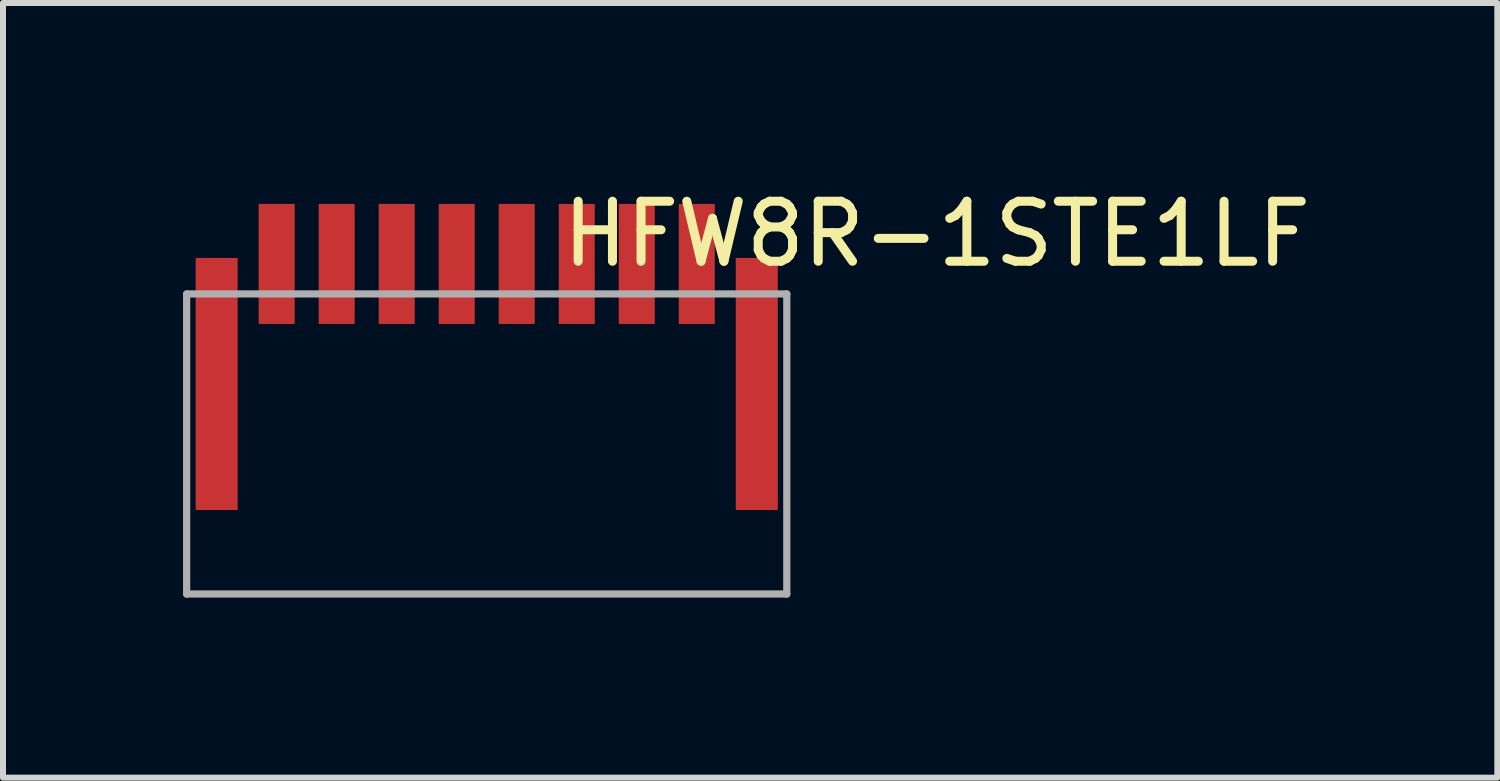
<source format=kicad_pcb>
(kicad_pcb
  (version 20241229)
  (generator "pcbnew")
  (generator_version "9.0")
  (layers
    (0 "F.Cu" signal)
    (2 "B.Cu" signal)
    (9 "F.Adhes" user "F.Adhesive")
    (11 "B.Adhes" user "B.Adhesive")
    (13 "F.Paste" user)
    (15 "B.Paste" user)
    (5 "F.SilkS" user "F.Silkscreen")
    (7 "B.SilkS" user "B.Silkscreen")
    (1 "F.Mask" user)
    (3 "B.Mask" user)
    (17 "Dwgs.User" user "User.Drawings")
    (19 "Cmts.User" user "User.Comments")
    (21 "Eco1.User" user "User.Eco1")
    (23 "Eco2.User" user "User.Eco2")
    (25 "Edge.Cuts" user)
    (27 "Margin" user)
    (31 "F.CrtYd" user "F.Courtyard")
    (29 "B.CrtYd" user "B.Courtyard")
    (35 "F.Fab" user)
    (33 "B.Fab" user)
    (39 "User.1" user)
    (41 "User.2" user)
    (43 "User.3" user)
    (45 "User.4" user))
  (footprint "HFW8R-1STE1LF"
    (layer "F.Cu")
    (at 8.56 1.348)
    (property "Reference" "HFW8R-1STE1LF" (at 4 -0.5 0) (layer "F.SilkS") (effects (font (size 1 1) (thickness 0.15))))
    (attr through_hole)
    (fp_line (start -8.5 0.5) (end -8.5 5.5) (stroke (width 0.12) (type solid)) (layer "F.Fab"))
    (fp_line (start -8.5 5.5) (end 1.5 5.5) (stroke (width 0.12) (type solid)) (layer "F.Fab"))
    (fp_line (start 1.5 0.5) (end -8.5 0.5) (stroke (width 0.12) (type solid)) (layer "F.Fab"))
    (fp_line (start 1.5 5.5) (end 1.5 0.5) (stroke (width 0.12) (type solid)) (layer "F.Fab"))
    (pad "1" smd rect (at 0 0) (size 0.6 2) (layers "F.Cu" "F.Mask" "F.Paste"))
    (pad "2" smd rect (at -1 0) (size 0.6 2) (layers "F.Cu" "F.Mask" "F.Paste"))
    (pad "3" smd rect (at -2 0) (size 0.6 2) (layers "F.Cu" "F.Mask" "F.Paste"))
    (pad "4" smd rect (at -3 0) (size 0.6 2) (layers "F.Cu" "F.Mask" "F.Paste"))
    (pad "5" smd rect (at -4 0) (size 0.6 2) (layers "F.Cu" "F.Mask" "F.Paste"))
    (pad "6" smd rect (at -5 0) (size 0.6 2) (layers "F.Cu" "F.Mask" "F.Paste"))
    (pad "7" smd rect (at -6 0) (size 0.6 2) (layers "F.Cu" "F.Mask" "F.Paste"))
    (pad "8" smd rect (at -7 0) (size 0.6 2) (layers "F.Cu" "F.Mask" "F.Paste"))
    (pad "9" smd rect (at -8 2) (size 0.7 4.2) (layers "F.Cu" "F.Mask" "F.Paste"))
    (pad "10" smd rect (at 1 2) (size 0.7 4.2) (layers "F.Cu" "F.Mask" "F.Paste")))
  (gr_rect
    (start -3 -3)
    (end 21.899 9.908)
    (stroke (width 0.1) (type default))
    (fill no)
    (layer "Edge.Cuts")))
</source>
